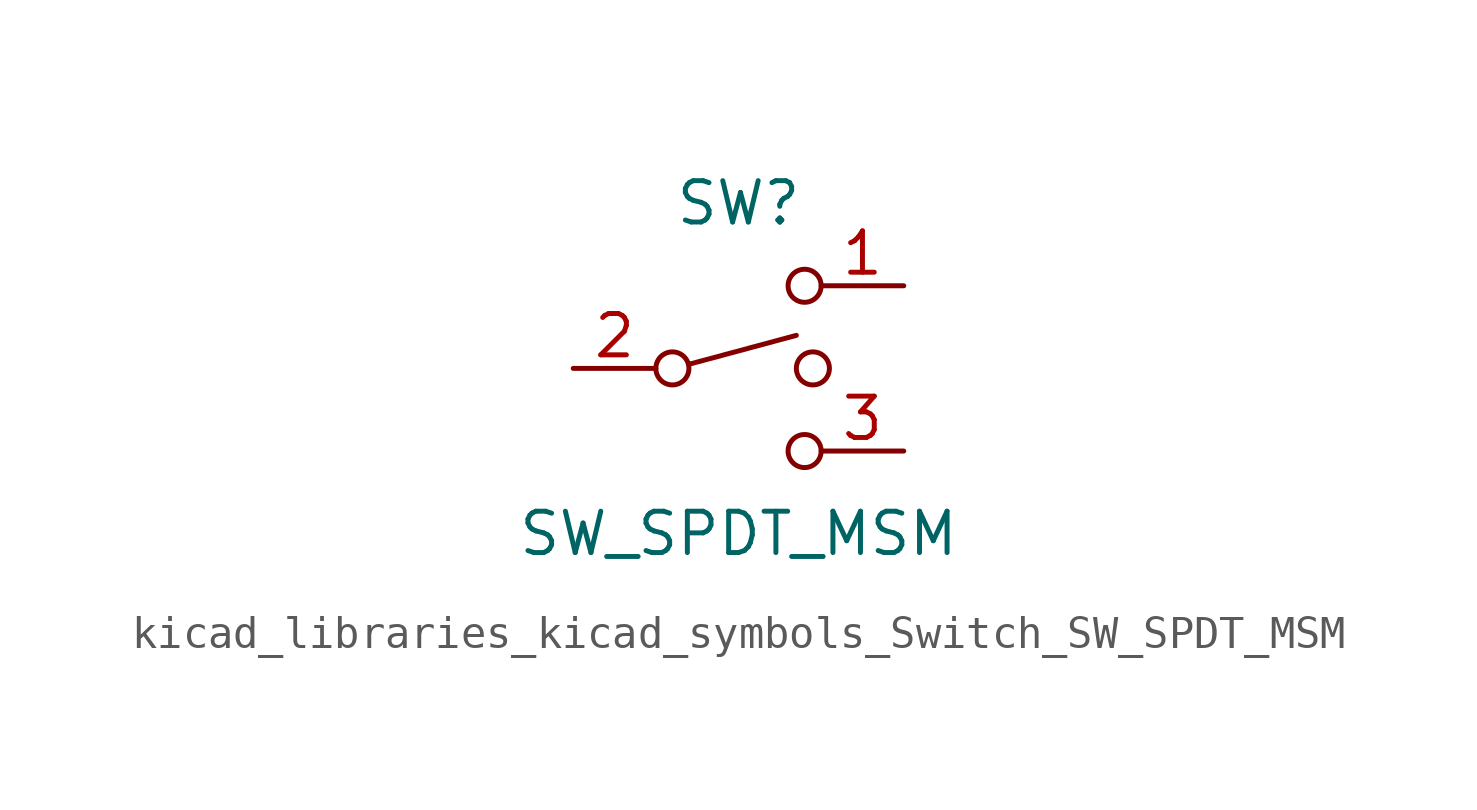
<source format=kicad_sym>
(kicad_symbol_lib
  (version 20220914)
  (generator kicad_symbol_editor)
  (symbol "kicad_libraries_kicad_symbols_Switch_SW_SPDT_MSM"
    (pin_names
      (offset 0) hide)
    (property "Reference" "SW"
      (at 0 5.08 0)
      (effects (font (size 1.27 1.27))))
    (property "Value" "SW_SPDT_MSM"
      (at 0 -5.08 0)
      (effects (font (size 1.27 1.27))))
    (symbol "kicad_libraries_kicad_symbols_Switch_SW_SPDT_MSM_0_0"
      (circle (center -2.032 0) (radius 0.508) (stroke (width 0) (type default)) (fill (type none)))
      (polyline (pts (xy -1.524 0.127) (xy 1.778 1.016)) (stroke (width 0) (type default)) (fill (type none)))
      (circle (center 2.032 -2.54) (radius 0.508) (stroke (width 0) (type default)) (fill (type none))))
    (symbol "kicad_libraries_kicad_symbols_Switch_SW_SPDT_MSM_0_1"
      (circle (center 2.032 2.54) (radius 0.508) (stroke (width 0) (type default)) (fill (type none)))
      (circle (center 2.286 0) (radius 0.508) (stroke (width 0) (type default)) (fill (type none))))
    (symbol "kicad_libraries_kicad_symbols_Switch_SW_SPDT_MSM_1_1"
      (pin passive line (at 5.08 2.54 180) (length 2.54) (name "1" (effects (font (size 1.27 1.27)))) (number "1" (effects (font (size 1.27 1.27)))))
      (pin passive line (at -5.08 0 0) (length 2.54) (name "2" (effects (font (size 1.27 1.27)))) (number "2" (effects (font (size 1.27 1.27)))))
      (pin passive line (at 5.08 -2.54 180) (length 2.54) (name "3" (effects (font (size 1.27 1.27)))) (number "3" (effects (font (size 1.27 1.27))))))))
</source>
